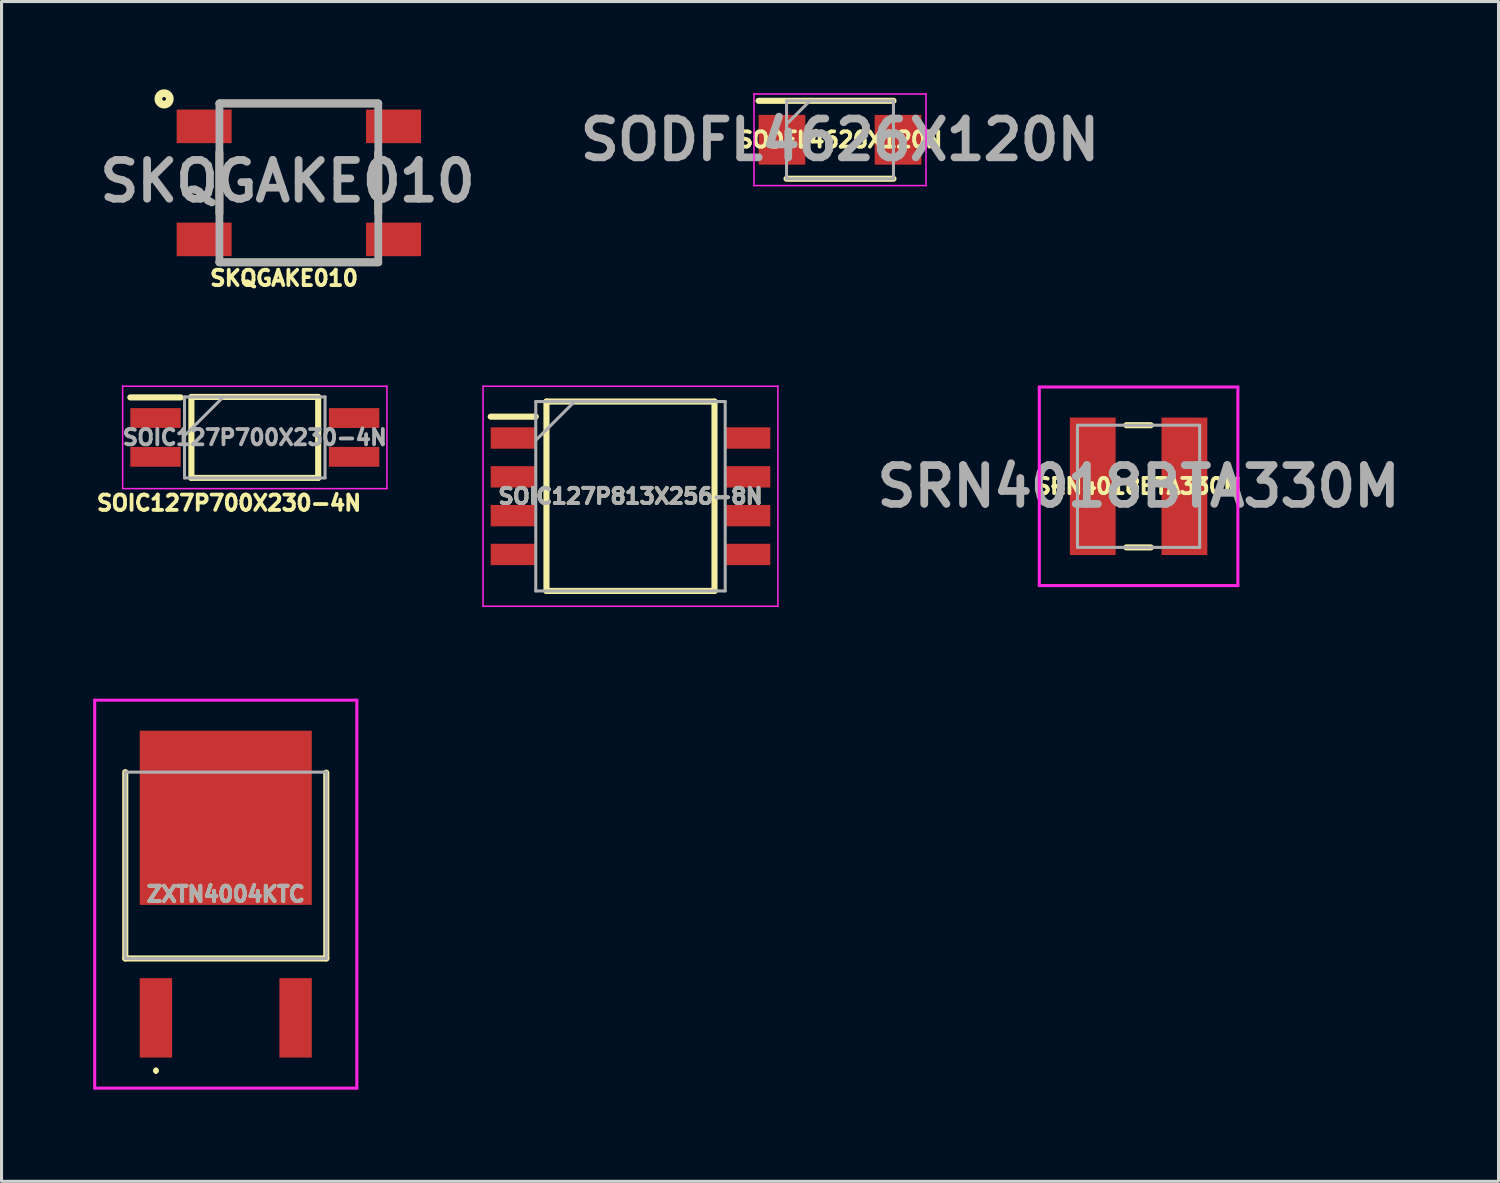
<source format=kicad_pcb>
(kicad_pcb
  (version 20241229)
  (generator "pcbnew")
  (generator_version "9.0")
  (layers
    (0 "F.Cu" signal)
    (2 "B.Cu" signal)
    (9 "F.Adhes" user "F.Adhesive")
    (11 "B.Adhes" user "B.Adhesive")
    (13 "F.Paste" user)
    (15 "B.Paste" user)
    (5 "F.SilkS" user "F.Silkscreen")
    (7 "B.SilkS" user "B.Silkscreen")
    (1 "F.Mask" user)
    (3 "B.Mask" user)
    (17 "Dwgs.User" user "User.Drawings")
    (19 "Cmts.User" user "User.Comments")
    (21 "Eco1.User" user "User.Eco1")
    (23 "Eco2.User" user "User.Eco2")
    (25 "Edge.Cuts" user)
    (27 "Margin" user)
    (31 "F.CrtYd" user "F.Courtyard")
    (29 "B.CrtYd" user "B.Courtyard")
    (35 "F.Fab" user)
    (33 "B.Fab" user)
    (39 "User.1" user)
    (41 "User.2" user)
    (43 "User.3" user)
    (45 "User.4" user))
  (footprint "SODFL4626X120N"
    (layer "F.Cu")
    (at 24.445 1.525)
    (property "Reference" "SODFL4626X120N" (at 0 0 0) (layer "F.SilkS") (effects (font (size 0.5 0.5) (thickness 0.25))))
    (attr smd)
    (fp_line (start -2.665 -1.275) (end 1.75 -1.275) (stroke (width 0.2) (type solid)) (layer "F.SilkS"))
    (fp_line (start -1.75 1.275) (end 1.75 1.275) (stroke (width 0.2) (type solid)) (layer "F.SilkS"))
    (fp_line (start -2.815 -1.5) (end 2.815 -1.5) (stroke (width 0.05) (type solid)) (layer "F.CrtYd"))
    (fp_line (start -2.815 1.5) (end -2.815 -1.5) (stroke (width 0.05) (type solid)) (layer "F.CrtYd"))
    (fp_line (start 2.815 -1.5) (end 2.815 1.5) (stroke (width 0.05) (type solid)) (layer "F.CrtYd"))
    (fp_line (start 2.815 1.5) (end -2.815 1.5) (stroke (width 0.05) (type solid)) (layer "F.CrtYd"))
    (fp_line (start -1.75 -1.275) (end 1.75 -1.275) (stroke (width 0.1) (type solid)) (layer "F.Fab"))
    (fp_line (start -1.75 -0.51) (end -0.985 -1.275) (stroke (width 0.1) (type solid)) (layer "F.Fab"))
    (fp_line (start -1.75 1.275) (end -1.75 -1.275) (stroke (width 0.1) (type solid)) (layer "F.Fab"))
    (fp_line (start 1.75 -1.275) (end 1.75 1.275) (stroke (width 0.1) (type solid)) (layer "F.Fab"))
    (fp_line (start 1.75 1.275) (end -1.75 1.275) (stroke (width 0.1) (type solid)) (layer "F.Fab"))
    (fp_text user "${REFERENCE}" (at 0 0 0) (layer "F.Fab") (effects (font (size 1.27 1.27) (thickness 0.254))))
    (pad "1" smd rect (at -1.9 0 180) (size 1.53 1.63) (layers "F.Cu" "F.Mask" "F.Paste"))
    (pad "2" smd rect (at 1.9 0 180) (size 1.53 1.63) (layers "F.Cu" "F.Mask" "F.Paste")))
  (footprint "ZXTN4004KTC"
    (layer "F.Cu")
    (at 4.34 26.245)
    (property "Reference" "ZXTN4004KTC" (at 0 -0.027 180) (layer "F.SilkS") (effects (font (size 0.5 0.5) (thickness 0.25))))
    (attr smd)
    (fp_line (start -3.29 -4.022) (end -3.29 2.077) (stroke (width 0.2) (type solid)) (layer "F.SilkS"))
    (fp_line (start -3.29 2.077) (end 3.29 2.077) (stroke (width 0.2) (type solid)) (layer "F.SilkS"))
    (fp_line (start -2.286 5.7) (end -2.286 5.7) (stroke (width 0.1) (type solid)) (layer "F.SilkS"))
    (fp_line (start -2.286 5.8) (end -2.286 5.8) (stroke (width 0.1) (type solid)) (layer "F.SilkS"))
    (fp_line (start 3.29 2.077) (end 3.29 -4.005) (stroke (width 0.2) (type solid)) (layer "F.SilkS"))
    (fp_arc (start -2.286 5.7) (mid -2.236 5.75) (end -2.286 5.8) (stroke (width 0.1) (type solid)) (layer "F.SilkS"))
    (fp_arc (start -2.286 5.8) (mid -2.336 5.75) (end -2.286 5.7) (stroke (width 0.1) (type solid)) (layer "F.SilkS"))
    (fp_line (start -4.29 -6.377) (end 4.29 -6.377) (stroke (width 0.1) (type solid)) (layer "F.CrtYd"))
    (fp_line (start -4.29 6.322) (end -4.29 -6.377) (stroke (width 0.1) (type solid)) (layer "F.CrtYd"))
    (fp_line (start 4.29 -6.377) (end 4.29 6.322) (stroke (width 0.1) (type solid)) (layer "F.CrtYd"))
    (fp_line (start 4.29 6.322) (end -4.29 6.322) (stroke (width 0.1) (type solid)) (layer "F.CrtYd"))
    (fp_line (start -3.29 -4.022) (end -3.29 2.077) (stroke (width 0.1) (type solid)) (layer "F.Fab"))
    (fp_line (start -3.29 2.077) (end 3.29 2.077) (stroke (width 0.1) (type solid)) (layer "F.Fab"))
    (fp_line (start 3.29 -4.022) (end -3.29 -4.022) (stroke (width 0.1) (type solid)) (layer "F.Fab"))
    (fp_line (start 3.29 2.077) (end 3.29 -4.022) (stroke (width 0.1) (type solid)) (layer "F.Fab"))
    (fp_text user "${REFERENCE}" (at 0 -0.027 180) (layer "F.Fab") (effects (font (size 0.5 0.5) (thickness 0.25))))
    (pad "1" smd rect (at -2.286 4.022) (size 1.06 2.6) (layers "F.Cu" "F.Mask" "F.Paste"))
    (pad "2" smd rect (at 0 -2.527) (size 5.632 5.7) (layers "F.Cu" "F.Mask" "F.Paste"))
    (pad "3" smd rect (at 2.286 4.022) (size 1.06 2.6) (layers "F.Cu" "F.Mask" "F.Paste")))
  (footprint "SRN4018BTA330M"
    (layer "F.Cu")
    (at 34.218 12.868)
    (property "Reference" "SRN4018BTA330M" (at 0 0 0) (layer "F.SilkS") (effects (font (size 0.5 0.5) (thickness 0.25))))
    (attr smd)
    (fp_line (start -2.8 0) (end -2.8 0) (stroke (width 0.1) (type solid)) (layer "F.SilkS"))
    (fp_line (start -2.7 0) (end -2.7 0) (stroke (width 0.1) (type solid)) (layer "F.SilkS"))
    (fp_line (start -0.4 -2) (end 0.4 -2) (stroke (width 0.2) (type solid)) (layer "F.SilkS"))
    (fp_line (start -0.4 2) (end 0.4 2) (stroke (width 0.2) (type solid)) (layer "F.SilkS"))
    (fp_arc (start -2.8 0) (mid -2.75 -0.05) (end -2.7 0) (stroke (width 0.1) (type solid)) (layer "F.SilkS"))
    (fp_arc (start -2.7 0) (mid -2.75 0.05) (end -2.8 0) (stroke (width 0.1) (type solid)) (layer "F.SilkS"))
    (fp_line (start -3.25 -3.25) (end 3.25 -3.25) (stroke (width 0.1) (type solid)) (layer "F.CrtYd"))
    (fp_line (start -3.25 3.25) (end -3.25 -3.25) (stroke (width 0.1) (type solid)) (layer "F.CrtYd"))
    (fp_line (start 3.25 -3.25) (end 3.25 3.25) (stroke (width 0.1) (type solid)) (layer "F.CrtYd"))
    (fp_line (start 3.25 3.25) (end -3.25 3.25) (stroke (width 0.1) (type solid)) (layer "F.CrtYd"))
    (fp_line (start -2 -2) (end -2 2) (stroke (width 0.1) (type solid)) (layer "F.Fab"))
    (fp_line (start -2 2) (end 2 2) (stroke (width 0.1) (type solid)) (layer "F.Fab"))
    (fp_line (start 2 -2) (end -2 -2) (stroke (width 0.1) (type solid)) (layer "F.Fab"))
    (fp_line (start 2 2) (end 2 -2) (stroke (width 0.1) (type solid)) (layer "F.Fab"))
    (fp_text user "${REFERENCE}" (at 0 0 0) (layer "F.Fab") (effects (font (size 1.27 1.27) (thickness 0.254))))
    (pad "1" smd rect (at -1.5 0 180) (size 1.5 4.5) (layers "F.Cu" "F.Mask" "F.Paste"))
    (pad "2" smd rect (at 1.5 0 180) (size 1.5 4.5) (layers "F.Cu" "F.Mask" "F.Paste")))
  (footprint "SOIC127P700X230-4N"
    (layer "F.Cu")
    (at 5.29 11.268)
    (property "Reference" "SOIC127P700X230-4N" (at -0.843 2.146 0) (layer "F.SilkS") (effects (font (size 0.5 0.5) (thickness 0.25))))
    (attr smd)
    (fp_line (start -4.075 -1.31) (end -2.425 -1.31) (stroke (width 0.2) (type solid)) (layer "F.SilkS"))
    (fp_line (start -2.075 -1.325) (end 2.075 -1.325) (stroke (width 0.2) (type solid)) (layer "F.SilkS"))
    (fp_line (start -2.075 1.325) (end -2.075 -1.325) (stroke (width 0.2) (type solid)) (layer "F.SilkS"))
    (fp_line (start 2.075 -1.325) (end 2.075 1.325) (stroke (width 0.2) (type solid)) (layer "F.SilkS"))
    (fp_line (start 2.075 1.325) (end -2.075 1.325) (stroke (width 0.2) (type solid)) (layer "F.SilkS"))
    (fp_line (start -4.325 -1.675) (end 4.325 -1.675) (stroke (width 0.05) (type solid)) (layer "F.CrtYd"))
    (fp_line (start -4.325 1.675) (end -4.325 -1.675) (stroke (width 0.05) (type solid)) (layer "F.CrtYd"))
    (fp_line (start 4.325 -1.675) (end 4.325 1.675) (stroke (width 0.05) (type solid)) (layer "F.CrtYd"))
    (fp_line (start 4.325 1.675) (end -4.325 1.675) (stroke (width 0.05) (type solid)) (layer "F.CrtYd"))
    (fp_line (start -2.3 -1.325) (end 2.3 -1.325) (stroke (width 0.1) (type solid)) (layer "F.Fab"))
    (fp_line (start -2.3 -0.055) (end -1.03 -1.325) (stroke (width 0.1) (type solid)) (layer "F.Fab"))
    (fp_line (start -2.3 1.325) (end -2.3 -1.325) (stroke (width 0.1) (type solid)) (layer "F.Fab"))
    (fp_line (start 2.3 -1.325) (end 2.3 1.325) (stroke (width 0.1) (type solid)) (layer "F.Fab"))
    (fp_line (start 2.3 1.325) (end -2.3 1.325) (stroke (width 0.1) (type solid)) (layer "F.Fab"))
    (fp_text user "${REFERENCE}" (at 0 0 0) (layer "F.Fab") (effects (font (size 0.5 0.5) (thickness 0.25))))
    (pad "1" smd rect (at -3.25 -0.635 90) (size 0.65 1.65) (layers "F.Cu" "F.Mask" "F.Paste"))
    (pad "2" smd rect (at -3.25 0.635 90) (size 0.65 1.65) (layers "F.Cu" "F.Mask" "F.Paste"))
    (pad "3" smd rect (at 3.25 0.635 90) (size 0.65 1.65) (layers "F.Cu" "F.Mask" "F.Paste"))
    (pad "4" smd rect (at 3.25 -0.635 90) (size 0.65 1.65) (layers "F.Cu" "F.Mask" "F.Paste")))
  (footprint "SKQGAKE010"
    (layer "F.Cu")
    (at 6.732 2.936)
    (property "Reference" "SKQGAKE010" (at -0.484 3.12 0) (layer "F.SilkS") (effects (font (size 0.5 0.5) (thickness 0.25))))
    (attr smd)
    (fp_line (start -2.6 -2.6) (end 2.6 -2.6) (stroke (width 0.254) (type solid)) (layer "F.SilkS"))
    (fp_line (start -2.6 -1) (end -2.6 1) (stroke (width 0.254) (type solid)) (layer "F.SilkS"))
    (fp_line (start -2.6 2.6) (end 2.6 2.6) (stroke (width 0.254) (type solid)) (layer "F.SilkS"))
    (fp_line (start 2.6 -1) (end 2.6 1) (stroke (width 0.254) (type solid)) (layer "F.SilkS"))
    (fp_circle (center -4.411 -2.749) (end -4.411 -2.689) (stroke (width 0.254) (type solid)) (fill no) (layer "F.SilkS"))
    (fp_line (start -2.6 -2.6) (end 2.6 -2.6) (stroke (width 0.254) (type solid)) (layer "F.Fab"))
    (fp_line (start -2.6 2.6) (end -2.6 -2.6) (stroke (width 0.254) (type solid)) (layer "F.Fab"))
    (fp_line (start 2.6 -2.6) (end 2.6 2.6) (stroke (width 0.254) (type solid)) (layer "F.Fab"))
    (fp_line (start 2.6 2.6) (end -2.6 2.6) (stroke (width 0.254) (type solid)) (layer "F.Fab"))
    (fp_text user "${REFERENCE}" (at -0.37 -0.055 0) (layer "F.Fab") (effects (font (size 1.27 1.27) (thickness 0.254))))
    (pad "1" smd rect (at -3.1 -1.85 270) (size 1.1 1.8) (layers "F.Cu" "F.Mask" "F.Paste"))
    (pad "2" smd rect (at 3.1 -1.85 270) (size 1.1 1.8) (layers "F.Cu" "F.Mask" "F.Paste"))
    (pad "3" smd rect (at -3.1 1.85 270) (size 1.1 1.8) (layers "F.Cu" "F.Mask" "F.Paste"))
    (pad "4" smd rect (at 3.1 1.85 270) (size 1.1 1.8) (layers "F.Cu" "F.Mask" "F.Paste")))
  (footprint "SOIC127P813X256-8N"
    (layer "F.Cu")
    (at 17.587 13.193)
    (property "Reference" "SOIC127P813X256-8N" (at 0 0 0) (layer "F.SilkS") (effects (font (size 0.5 0.5) (thickness 0.25))))
    (attr smd)
    (fp_line (start -4.575 -2.605) (end -3.1 -2.605) (stroke (width 0.2) (type solid)) (layer "F.SilkS"))
    (fp_line (start -2.75 -3.1) (end 2.75 -3.1) (stroke (width 0.2) (type solid)) (layer "F.SilkS"))
    (fp_line (start -2.75 3.1) (end -2.75 -3.1) (stroke (width 0.2) (type solid)) (layer "F.SilkS"))
    (fp_line (start 2.75 -3.1) (end 2.75 3.1) (stroke (width 0.2) (type solid)) (layer "F.SilkS"))
    (fp_line (start 2.75 3.1) (end -2.75 3.1) (stroke (width 0.2) (type solid)) (layer "F.SilkS"))
    (fp_line (start -4.825 -3.6) (end 4.825 -3.6) (stroke (width 0.05) (type solid)) (layer "F.CrtYd"))
    (fp_line (start -4.825 3.6) (end -4.825 -3.6) (stroke (width 0.05) (type solid)) (layer "F.CrtYd"))
    (fp_line (start 4.825 -3.6) (end 4.825 3.6) (stroke (width 0.05) (type solid)) (layer "F.CrtYd"))
    (fp_line (start 4.825 3.6) (end -4.825 3.6) (stroke (width 0.05) (type solid)) (layer "F.CrtYd"))
    (fp_line (start -3.1 -3.1) (end 3.1 -3.1) (stroke (width 0.1) (type solid)) (layer "F.Fab"))
    (fp_line (start -3.1 -1.83) (end -1.83 -3.1) (stroke (width 0.1) (type solid)) (layer "F.Fab"))
    (fp_line (start -3.1 3.1) (end -3.1 -3.1) (stroke (width 0.1) (type solid)) (layer "F.Fab"))
    (fp_line (start 3.1 -3.1) (end 3.1 3.1) (stroke (width 0.1) (type solid)) (layer "F.Fab"))
    (fp_line (start 3.1 3.1) (end -3.1 3.1) (stroke (width 0.1) (type solid)) (layer "F.Fab"))
    (fp_text user "${REFERENCE}" (at 0 0 0) (layer "F.Fab") (effects (font (size 0.5 0.5) (thickness 0.25))))
    (pad "1" smd rect (at -3.838 -1.905 90) (size 0.7 1.475) (layers "F.Cu" "F.Mask" "F.Paste"))
    (pad "2" smd rect (at -3.838 -0.635 90) (size 0.7 1.475) (layers "F.Cu" "F.Mask" "F.Paste"))
    (pad "3" smd rect (at -3.838 0.635 90) (size 0.7 1.475) (layers "F.Cu" "F.Mask" "F.Paste"))
    (pad "4" smd rect (at -3.838 1.905 90) (size 0.7 1.475) (layers "F.Cu" "F.Mask" "F.Paste"))
    (pad "5" smd rect (at 3.838 1.905 90) (size 0.7 1.475) (layers "F.Cu" "F.Mask" "F.Paste"))
    (pad "6" smd rect (at 3.838 0.635 90) (size 0.7 1.475) (layers "F.Cu" "F.Mask" "F.Paste"))
    (pad "7" smd rect (at 3.838 -0.635 90) (size 0.7 1.475) (layers "F.Cu" "F.Mask" "F.Paste"))
    (pad "8" smd rect (at 3.838 -1.905 90) (size 0.7 1.475) (layers "F.Cu" "F.Mask" "F.Paste")))
  (gr_rect
    (start -3 -3)
    (end 45.999 35.617)
    (stroke (width 0.1) (type default))
    (fill no)
    (layer "Edge.Cuts")))
</source>
